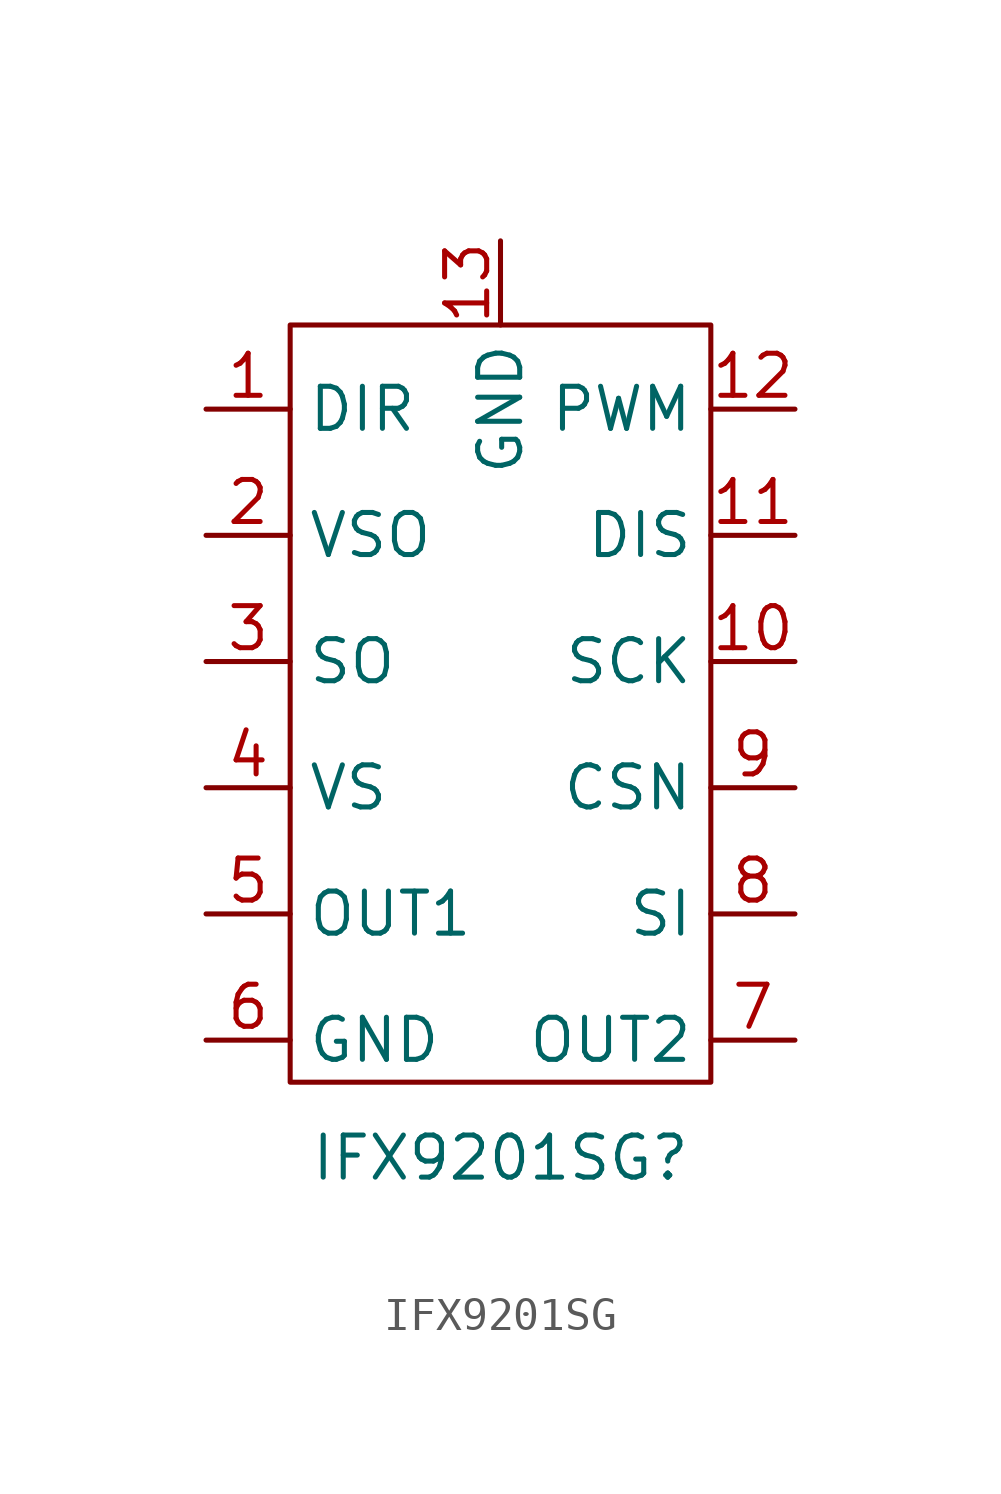
<source format=kicad_sym>
(kicad_symbol_lib
  (version 20231120)
  (generator "kicad_symbol_editor")
  (generator_version "8.0")
  (symbol "IFX9201SG"
    (property "Reference" "IFX9201SG"
      (at 0 -25.146 0)
      (effects (font (size 1.27 1.27))))
    (property "Value" ""
      (at 0 0 0)
      (effects (font (size 1.27 1.27))))
    (symbol "IFX9201SG_0_1"
      (rectangle (start -6.35 0) (end 6.35 -22.86) (stroke (width 0) (type default)) (fill (type none))))
    (symbol "IFX9201SG_1_1"
      (pin input line (at -8.89 -2.54 0) (length 2.54) (name "DIR" (effects (font (size 1.27 1.27)))) (number "1" (effects (font (size 1.27 1.27)))))
      (pin input line (at 8.89 -10.16 180) (length 2.54) (name "SCK" (effects (font (size 1.27 1.27)))) (number "10" (effects (font (size 1.27 1.27)))))
      (pin input line (at 8.89 -6.35 180) (length 2.54) (name "DIS" (effects (font (size 1.27 1.27)))) (number "11" (effects (font (size 1.27 1.27)))))
      (pin input line (at 8.89 -2.54 180) (length 2.54) (name "PWM" (effects (font (size 1.27 1.27)))) (number "12" (effects (font (size 1.27 1.27)))))
      (pin power_in line (at 0 2.54 270) (length 2.54) (name "GND" (effects (font (size 1.27 1.27)))) (number "13" (effects (font (size 1.27 1.27)))) (alternate "EPAD" power_in line))
      (pin power_in line (at -8.89 -6.35 0) (length 2.54) (name "VSO" (effects (font (size 1.27 1.27)))) (number "2" (effects (font (size 1.27 1.27)))))
      (pin output line (at -8.89 -10.16 0) (length 2.54) (name "SO" (effects (font (size 1.27 1.27)))) (number "3" (effects (font (size 1.27 1.27)))))
      (pin power_in line (at -8.89 -13.97 0) (length 2.54) (name "VS" (effects (font (size 1.27 1.27)))) (number "4" (effects (font (size 1.27 1.27)))))
      (pin output line (at -8.89 -17.78 0) (length 2.54) (name "OUT1" (effects (font (size 1.27 1.27)))) (number "5" (effects (font (size 1.27 1.27)))))
      (pin power_in line (at -8.89 -21.59 0) (length 2.54) (name "GND" (effects (font (size 1.27 1.27)))) (number "6" (effects (font (size 1.27 1.27)))))
      (pin output line (at 8.89 -21.59 180) (length 2.54) (name "OUT2" (effects (font (size 1.27 1.27)))) (number "7" (effects (font (size 1.27 1.27)))))
      (pin input line (at 8.89 -17.78 180) (length 2.54) (name "SI" (effects (font (size 1.27 1.27)))) (number "8" (effects (font (size 1.27 1.27)))))
      (pin input line (at 8.89 -13.97 180) (length 2.54) (name "CSN" (effects (font (size 1.27 1.27)))) (number "9" (effects (font (size 1.27 1.27))))))))
</source>
